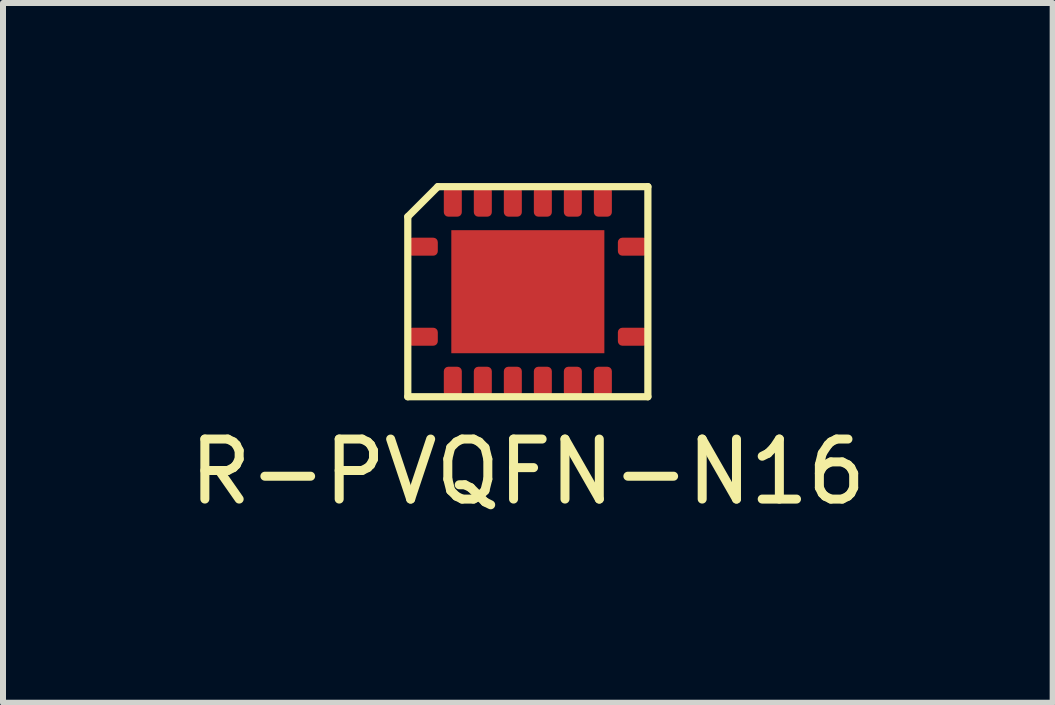
<source format=kicad_pcb>
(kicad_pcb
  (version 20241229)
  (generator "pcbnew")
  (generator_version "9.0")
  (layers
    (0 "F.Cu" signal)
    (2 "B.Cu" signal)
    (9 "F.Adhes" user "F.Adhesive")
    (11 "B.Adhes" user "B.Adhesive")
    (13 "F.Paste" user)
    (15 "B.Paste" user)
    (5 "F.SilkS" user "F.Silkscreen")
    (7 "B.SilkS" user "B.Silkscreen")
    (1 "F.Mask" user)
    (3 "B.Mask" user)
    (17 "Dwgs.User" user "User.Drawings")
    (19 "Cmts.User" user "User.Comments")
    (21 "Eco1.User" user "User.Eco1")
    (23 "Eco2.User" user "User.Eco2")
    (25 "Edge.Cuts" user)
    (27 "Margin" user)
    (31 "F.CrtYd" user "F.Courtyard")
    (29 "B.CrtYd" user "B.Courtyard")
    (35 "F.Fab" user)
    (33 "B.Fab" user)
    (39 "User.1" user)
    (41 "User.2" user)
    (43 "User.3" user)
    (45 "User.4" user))
  (footprint "R-PVQFN-N16"
    (layer "F.Cu")
    (at 5.744 1.81)
    (property "Reference" "R-PVQFN-N16" (at 0 3 0) (layer "F.SilkS") (effects (font (size 1 1) (thickness 0.15))))
    (attr through_hole)
    (fp_line (start -2 -1.25) (end -1.5 -1.75) (stroke (width 0.12) (type solid)) (layer "F.SilkS"))
    (fp_line (start -2 1.75) (end -2 -1.25) (stroke (width 0.12) (type solid)) (layer "F.SilkS"))
    (fp_line (start -1.5 -1.75) (end 2 -1.75) (stroke (width 0.12) (type solid)) (layer "F.SilkS"))
    (fp_line (start 2 -1.75) (end 2 1.75) (stroke (width 0.12) (type solid)) (layer "F.SilkS"))
    (fp_line (start 2 1.75) (end -2 1.75) (stroke (width 0.12) (type solid)) (layer "F.SilkS"))
    (fp_poly (pts (xy -0.2 -0.2) (xy -1.1 -0.2) (xy -1.1 -0.8) (xy -0.2 -0.8)) (stroke (width 0.1) (type solid)) (fill yes) (layer "F.Paste"))
    (fp_poly (pts (xy -0.2 0.8) (xy -1.1 0.8) (xy -1.1 0.2) (xy -0.2 0.2)) (stroke (width 0.1) (type solid)) (fill yes) (layer "F.Paste"))
    (fp_poly (pts (xy 1.1 -0.2) (xy 0.2 -0.2) (xy 0.2 -0.8) (xy 1.1 -0.8)) (stroke (width 0.1) (type solid)) (fill yes) (layer "F.Paste"))
    (fp_poly (pts (xy 1.1 0.8) (xy 0.2 0.8) (xy 0.2 0.2) (xy 1.1 0.2)) (stroke (width 0.1) (type solid)) (fill yes) (layer "F.Paste"))
    (pad "0" smd rect (at 0 0 90) (size 2.05 2.55) (layers "F.Cu" "F.Mask"))
    (pad "1" smd roundrect (at -1.75 -0.75) (size 0.5 0.3) (layers "F.Cu" "F.Mask" "F.Paste") (roundrect_rratio 0.25))
    (pad "2" smd roundrect (at -1.25 -1.5 90) (size 0.5 0.3) (layers "F.Cu" "F.Mask" "F.Paste") (roundrect_rratio 0.25))
    (pad "3" smd roundrect (at -0.75 -1.5 90) (size 0.5 0.3) (layers "F.Cu" "F.Mask" "F.Paste") (roundrect_rratio 0.25))
    (pad "4" smd roundrect (at -0.25 -1.5 90) (size 0.5 0.3) (layers "F.Cu" "F.Mask" "F.Paste") (roundrect_rratio 0.25))
    (pad "5" smd roundrect (at 0.25 -1.5 90) (size 0.5 0.3) (layers "F.Cu" "F.Mask" "F.Paste") (roundrect_rratio 0.25))
    (pad "6" smd roundrect (at 0.75 -1.5 90) (size 0.5 0.3) (layers "F.Cu" "F.Mask" "F.Paste") (roundrect_rratio 0.25))
    (pad "7" smd roundrect (at 1.25 -1.5 90) (size 0.5 0.3) (layers "F.Cu" "F.Mask" "F.Paste") (roundrect_rratio 0.25))
    (pad "8" smd roundrect (at 1.75 -0.75) (size 0.5 0.3) (layers "F.Cu" "F.Mask" "F.Paste") (roundrect_rratio 0.25))
    (pad "9" smd roundrect (at 1.75 0.75) (size 0.5 0.3) (layers "F.Cu" "F.Mask" "F.Paste") (roundrect_rratio 0.25))
    (pad "10" smd roundrect (at 1.25 1.5 90) (size 0.5 0.3) (layers "F.Cu" "F.Mask" "F.Paste") (roundrect_rratio 0.25))
    (pad "11" smd roundrect (at 0.75 1.5 90) (size 0.5 0.3) (layers "F.Cu" "F.Mask" "F.Paste") (roundrect_rratio 0.25))
    (pad "12" smd roundrect (at 0.25 1.5 90) (size 0.5 0.3) (layers "F.Cu" "F.Mask" "F.Paste") (roundrect_rratio 0.25))
    (pad "13" smd roundrect (at -0.25 1.5 90) (size 0.5 0.3) (layers "F.Cu" "F.Mask" "F.Paste") (roundrect_rratio 0.25))
    (pad "14" smd roundrect (at -0.75 1.5 90) (size 0.5 0.3) (layers "F.Cu" "F.Mask" "F.Paste") (roundrect_rratio 0.25))
    (pad "15" smd roundrect (at -1.25 1.5 90) (size 0.5 0.3) (layers "F.Cu" "F.Mask" "F.Paste") (roundrect_rratio 0.25))
    (pad "16" smd roundrect (at -1.75 0.75) (size 0.5 0.3) (layers "F.Cu" "F.Mask" "F.Paste") (roundrect_rratio 0.25)))
  (gr_rect
    (start -3 -3)
    (end 14.488 8.658)
    (stroke (width 0.1) (type default))
    (fill no)
    (layer "Edge.Cuts")))
</source>
